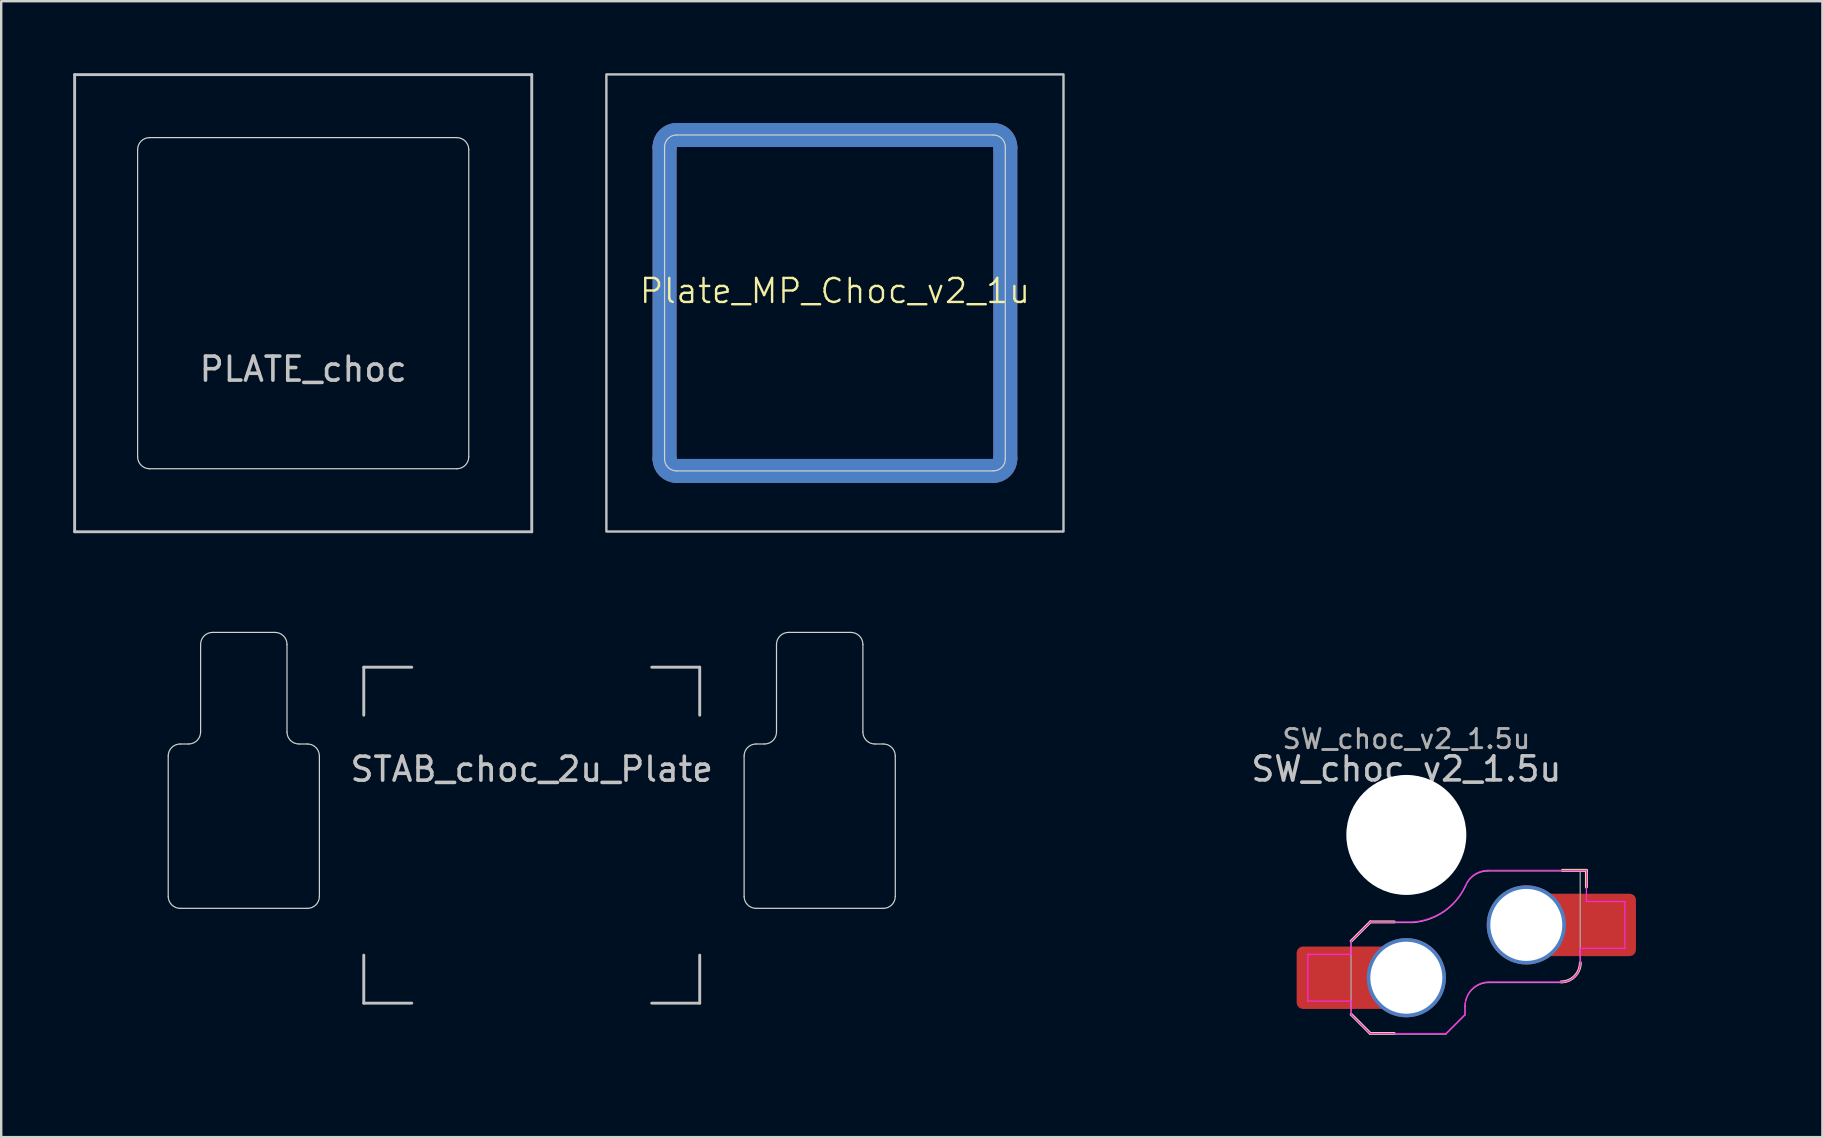
<source format=kicad_pcb>
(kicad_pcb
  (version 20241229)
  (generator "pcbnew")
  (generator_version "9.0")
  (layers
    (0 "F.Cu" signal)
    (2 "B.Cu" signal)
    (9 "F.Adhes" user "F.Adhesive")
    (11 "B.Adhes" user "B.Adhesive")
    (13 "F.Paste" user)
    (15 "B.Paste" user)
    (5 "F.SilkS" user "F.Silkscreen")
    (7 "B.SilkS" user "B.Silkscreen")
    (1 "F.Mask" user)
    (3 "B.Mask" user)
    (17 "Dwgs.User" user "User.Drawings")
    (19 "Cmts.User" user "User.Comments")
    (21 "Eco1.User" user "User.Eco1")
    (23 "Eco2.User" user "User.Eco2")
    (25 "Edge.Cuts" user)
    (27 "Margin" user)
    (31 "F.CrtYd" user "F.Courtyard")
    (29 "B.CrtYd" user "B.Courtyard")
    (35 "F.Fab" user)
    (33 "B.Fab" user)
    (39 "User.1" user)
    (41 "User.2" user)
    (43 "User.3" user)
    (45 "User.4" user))
  (footprint "SW_choc_v2_1.5u"
    (layer "F.Cu")
    (at 55.557 31.745)
    (property "Reference" "SW_choc_v2_1.5u" (at 0 -2.75 180) (layer "Dwgs.User") (effects (font (size 1 1) (thickness 0.15))))
    (attr smd)
    (fp_line (start -2.3 7.475) (end -1.5 8.275) (stroke (width 0.12) (type solid)) (layer "F.SilkS"))
    (fp_line (start -1.5 3.625) (end -2.3 4.425) (stroke (width 0.12) (type solid)) (layer "F.SilkS"))
    (fp_line (start -1.5 3.625) (end -0.5 3.625) (stroke (width 0.12) (type solid)) (layer "F.SilkS"))
    (fp_line (start -1.5 8.275) (end -0.5 8.275) (stroke (width 0.12) (type solid)) (layer "F.SilkS"))
    (fp_line (start 7.504 1.475) (end 6.504 1.475) (stroke (width 0.12) (type solid)) (layer "F.SilkS"))
    (fp_line (start 7.504 1.475) (end 7.504 2.175) (stroke (width 0.12) (type solid)) (layer "F.SilkS"))
    (fp_arc (start 7.25 5.325) (mid 7.015685 5.890685) (end 6.45 6.125) (stroke (width 0.12) (type solid)) (layer "F.SilkS"))
    (fp_rect (start -14.287 -9.525) (end 14.287 9.525) (stroke (width 0.1) (type default)) (fill no) (layer "Eco1.User"))
    (fp_line (start -4.104 4.975) (end -4.104 6.925) (stroke (width 0.05) (type solid)) (layer "F.CrtYd"))
    (fp_line (start -4.104 4.975) (end -2.3 4.975) (stroke (width 0.05) (type solid)) (layer "F.CrtYd"))
    (fp_line (start -4.104 6.925) (end -2.3 6.925) (stroke (width 0.05) (type solid)) (layer "F.CrtYd"))
    (fp_line (start -2.3 4.975) (end -2.3 4.425) (stroke (width 0.05) (type solid)) (layer "F.CrtYd"))
    (fp_line (start -2.3 7.475) (end -2.3 6.925) (stroke (width 0.05) (type solid)) (layer "F.CrtYd"))
    (fp_line (start -2.3 7.475) (end -1.5 8.275) (stroke (width 0.05) (type solid)) (layer "F.CrtYd"))
    (fp_line (start -1.5 3.625) (end -2.3 4.425) (stroke (width 0.05) (type solid)) (layer "F.CrtYd"))
    (fp_line (start -1.5 3.625) (end 0.3 3.625) (stroke (width 0.05) (type solid)) (layer "F.CrtYd"))
    (fp_line (start -1.5 8.275) (end 1.65 8.275) (stroke (width 0.05) (type solid)) (layer "F.CrtYd"))
    (fp_line (start 2.45 7.475) (end 1.65 8.275) (stroke (width 0.05) (type solid)) (layer "F.CrtYd"))
    (fp_line (start 2.45 7.475) (end 2.45 7.125) (stroke (width 0.05) (type solid)) (layer "F.CrtYd"))
    (fp_line (start 3.45 6.125) (end 6.45 6.125) (stroke (width 0.05) (type solid)) (layer "F.CrtYd"))
    (fp_line (start 7.25 4.725) (end 9.104 4.725) (stroke (width 0.05) (type solid)) (layer "F.CrtYd"))
    (fp_line (start 7.25 5.325) (end 7.25 4.725) (stroke (width 0.05) (type solid)) (layer "F.CrtYd"))
    (fp_line (start 7.504 1.475) (end 3.4 1.475) (stroke (width 0.05) (type solid)) (layer "F.CrtYd"))
    (fp_line (start 7.504 1.475) (end 7.504 2.175) (stroke (width 0.05) (type solid)) (layer "F.CrtYd"))
    (fp_line (start 7.504 2.175) (end 7.504 2.775) (stroke (width 0.05) (type solid)) (layer "F.CrtYd"))
    (fp_line (start 9.104 2.775) (end 7.504 2.775) (stroke (width 0.05) (type solid)) (layer "F.CrtYd"))
    (fp_line (start 9.104 4.725) (end 9.104 2.775) (stroke (width 0.05) (type solid)) (layer "F.CrtYd"))
    (fp_arc (start 2.45 7.125) (mid 2.742893 6.417893) (end 3.45 6.125) (stroke (width 0.05) (type solid)) (layer "F.CrtYd"))
    (fp_arc (start 2.455444 2.13293) (mid 1.577272 3.167235) (end 0.299999 3.624999) (stroke (width 0.05) (type solid)) (layer "F.CrtYd"))
    (fp_arc (start 2.460307 2.13298) (mid 2.826423 1.655848) (end 3.4 1.475) (stroke (width 0.05) (type solid)) (layer "F.CrtYd"))
    (fp_arc (start 7.25 5.325) (mid 7.015685 5.890685) (end 6.45 6.125) (stroke (width 0.05) (type solid)) (layer "F.CrtYd"))
    (fp_line (start -2.304 7.5) (end -2.304 4.45) (stroke (width 0.05) (type solid)) (layer "F.Fab"))
    (fp_line (start -2.304 7.5) (end -1.504 8.3) (stroke (width 0.05) (type solid)) (layer "F.Fab"))
    (fp_line (start -1.504 3.65) (end -2.304 4.45) (stroke (width 0.05) (type solid)) (layer "F.Fab"))
    (fp_line (start -1.504 3.65) (end 0.296 3.65) (stroke (width 0.05) (type solid)) (layer "F.Fab"))
    (fp_line (start -1.504 8.3) (end 1.646 8.3) (stroke (width 0.05) (type solid)) (layer "F.Fab"))
    (fp_line (start 2.446 7.5) (end 1.646 8.3) (stroke (width 0.05) (type solid)) (layer "F.Fab"))
    (fp_line (start 2.446 7.5) (end 2.446 7.15) (stroke (width 0.05) (type solid)) (layer "F.Fab"))
    (fp_line (start 3.446 6.15) (end 6.446 6.15) (stroke (width 0.05) (type solid)) (layer "F.Fab"))
    (fp_line (start 7.246 1.5) (end 3.396 1.5) (stroke (width 0.05) (type solid)) (layer "F.Fab"))
    (fp_line (start 7.246 5.35) (end 7.246 1.5) (stroke (width 0.05) (type solid)) (layer "F.Fab"))
    (fp_arc (start 2.446 7.15) (mid 2.738893 6.442893) (end 3.446 6.15) (stroke (width 0.05) (type solid)) (layer "F.Fab"))
    (fp_arc (start 2.451444 2.15793) (mid 1.573272 3.192235) (end 0.295999 3.649999) (stroke (width 0.05) (type solid)) (layer "F.Fab"))
    (fp_arc (start 2.456307 2.15798) (mid 2.822423 1.680848) (end 3.396 1.5) (stroke (width 0.05) (type solid)) (layer "F.Fab"))
    (fp_arc (start 7.246 5.35) (mid 7.011685 5.915685) (end 6.446 6.15) (stroke (width 0.05) (type solid)) (layer "F.Fab"))
    (fp_text user "${REFERENCE}" (at 0 -4 0) (layer "F.Fab") (effects (font (size 0.8 0.8) (thickness 0.12))))
    (pad "" np_thru_hole circle (at 0 0 180) (size 5 5) (drill 5) (layers "*.Cu" "*.Mask"))
    (pad "1" thru_hole circle (at 5 3.75) (size 3.3 3.3) (drill 3) (layers "*.Cu" "F.Mask"))
    (pad "1" smd rect (at 6.55 3.75) (size 1.2 2.6) (layers "F.Cu"))
    (pad "1" smd roundrect (at 8.245 3.75) (size 2.65 2.6) (layers "F.Cu" "F.Mask" "F.Paste") (roundrect_rratio 0.1))
    (pad "2" smd roundrect (at -3.245 5.95) (size 2.65 2.6) (layers "F.Cu" "F.Mask" "F.Paste") (roundrect_rratio 0.1))
    (pad "2" smd rect (at -1.55 5.95 180) (size 1.2 2.6) (layers "F.Cu"))
    (pad "2" thru_hole circle (at 0 5.95) (size 3.3 3.3) (drill 3) (layers "*.Cu" "F.Mask")))
  (footprint "PLATE_choc"
    (layer "F.Cu")
    (at 9.585 9.585)
    (property "Reference" "PLATE_choc" (at 0 2.75 0) (layer "Dwgs.User") (effects (font (size 1 1) (thickness 0.15))))
    (attr exclude_from_pos_files exclude_from_bom)
    (fp_line (start -9.525 -9.525) (end 9.525 -9.525) (stroke (width 0.12) (type solid)) (layer "Dwgs.User"))
    (fp_line (start -9.525 9.525) (end -9.525 -9.525) (stroke (width 0.12) (type solid)) (layer "Dwgs.User"))
    (fp_line (start 9.525 -9.525) (end 9.525 9.525) (stroke (width 0.12) (type solid)) (layer "Dwgs.User"))
    (fp_line (start 9.525 9.525) (end -9.525 9.525) (stroke (width 0.12) (type solid)) (layer "Dwgs.User"))
    (fp_line (start -6.9 -6.4) (end -6.9 6.4) (stroke (width 0.05) (type solid)) (layer "Edge.Cuts"))
    (fp_line (start 6.4 -6.9) (end -6.4 -6.9) (stroke (width 0.05) (type solid)) (layer "Edge.Cuts"))
    (fp_line (start 6.4 6.9) (end -6.4 6.9) (stroke (width 0.05) (type solid)) (layer "Edge.Cuts"))
    (fp_line (start 6.9 6.4) (end 6.9 -6.4) (stroke (width 0.05) (type solid)) (layer "Edge.Cuts"))
    (fp_arc (start -6.9 -6.4) (mid -6.753553 -6.753553) (end -6.4 -6.9) (stroke (width 0.05) (type solid)) (layer "Edge.Cuts"))
    (fp_arc (start -6.4 6.9) (mid -6.753553 6.753553) (end -6.9 6.4) (stroke (width 0.05) (type solid)) (layer "Edge.Cuts"))
    (fp_arc (start 6.4 -6.9) (mid 6.753553 -6.753553) (end 6.9 -6.4) (stroke (width 0.05) (type solid)) (layer "Edge.Cuts"))
    (fp_arc (start 6.9 6.4) (mid 6.753553 6.753553) (end 6.4 6.9) (stroke (width 0.05) (type solid)) (layer "Edge.Cuts")))
  (footprint "Plate_MP_Choc_v2_1u"
    (layer "F.Cu")
    (at 31.745 9.575)
    (property "Reference" "Plate_MP_Choc_v2_1u" (at 0 -0.5 0) (unlocked yes) (layer "F.SilkS") (effects (font (size 1 1) (thickness 0.1))))
    (attr exclude_from_pos_files exclude_from_bom allow_missing_courtyard)
    (fp_line (start -7.1 -6.5) (end -7.1 6.5) (stroke (width 1) (type solid)) (layer "F.Cu"))
    (fp_line (start -6.6 7) (end 6.6 7) (stroke (width 1) (type solid)) (layer "F.Cu"))
    (fp_line (start 6.6 -7) (end -6.6 -7) (stroke (width 1) (type solid)) (layer "F.Cu"))
    (fp_line (start 7.1 6.5) (end 7.1 -6.5) (stroke (width 1) (type solid)) (layer "F.Cu"))
    (fp_arc (start -7.1 -6.5) (mid -6.953554 -6.853554) (end -6.6 -7) (stroke (width 1) (type solid)) (layer "F.Cu"))
    (fp_arc (start -6.6 7) (mid -6.953553 6.853553) (end -7.1 6.5) (stroke (width 1) (type solid)) (layer "F.Cu"))
    (fp_arc (start 6.6 -7) (mid 6.953553 -6.853553) (end 7.1 -6.5) (stroke (width 1) (type solid)) (layer "F.Cu"))
    (fp_arc (start 7.1 6.5) (mid 6.953553 6.853553) (end 6.6 7) (stroke (width 1) (type solid)) (layer "F.Cu"))
    (fp_line (start -7.1 -6.5) (end -7.1 6.5) (stroke (width 1.1) (type solid)) (layer "F.Mask"))
    (fp_line (start -6.6 7) (end 6.6 7) (stroke (width 1.1) (type solid)) (layer "F.Mask"))
    (fp_line (start 6.6 -7) (end -6.6 -7) (stroke (width 1.1) (type solid)) (layer "F.Mask"))
    (fp_line (start 7.1 6.5) (end 7.1 -6.5) (stroke (width 1.1) (type solid)) (layer "F.Mask"))
    (fp_arc (start -7.1 -6.5) (mid -6.953553 -6.853553) (end -6.6 -7) (stroke (width 1.1) (type solid)) (layer "F.Mask"))
    (fp_arc (start -6.6 7) (mid -6.953553 6.853553) (end -7.1 6.5) (stroke (width 1.1) (type solid)) (layer "F.Mask"))
    (fp_arc (start 6.6 -7) (mid 6.953553 -6.853553) (end 7.1 -6.5) (stroke (width 1.1) (type solid)) (layer "F.Mask"))
    (fp_arc (start 7.1 6.5) (mid 6.953553 6.853553) (end 6.6 7) (stroke (width 1.1) (type solid)) (layer "F.Mask"))
    (fp_line (start -7.1 6.5) (end -7.1 -6.5) (stroke (width 1) (type solid)) (layer "B.Cu"))
    (fp_line (start -6.6 -7) (end 6.6 -7) (stroke (width 1) (type solid)) (layer "B.Cu"))
    (fp_line (start 6.6 7) (end -6.6 7) (stroke (width 1) (type solid)) (layer "B.Cu"))
    (fp_line (start 7.1 -6.5) (end 7.1 6.5) (stroke (width 1) (type solid)) (layer "B.Cu"))
    (fp_arc (start -7.1 -6.5) (mid -6.953553 -6.853553) (end -6.6 -7) (stroke (width 1) (type solid)) (layer "B.Cu"))
    (fp_arc (start -6.6 7) (mid -6.953553 6.853553) (end -7.1 6.5) (stroke (width 1) (type solid)) (layer "B.Cu"))
    (fp_arc (start 6.6 -7) (mid 6.953553 -6.853553) (end 7.1 -6.5) (stroke (width 1) (type solid)) (layer "B.Cu"))
    (fp_arc (start 7.1 6.5) (mid 6.953553 6.853553) (end 6.6 7) (stroke (width 1) (type solid)) (layer "B.Cu"))
    (fp_line (start -7.1 6.5) (end -7.1 -6.5) (stroke (width 1.1) (type solid)) (layer "B.Mask"))
    (fp_line (start -6.6 -7) (end 6.6 -7) (stroke (width 1.1) (type solid)) (layer "B.Mask"))
    (fp_line (start 6.6 7) (end -6.6 7) (stroke (width 1.1) (type solid)) (layer "B.Mask"))
    (fp_line (start 7.1 -6.5) (end 7.1 6.5) (stroke (width 1.1) (type solid)) (layer "B.Mask"))
    (fp_arc (start -7.1 -6.5) (mid -6.953553 -6.853553) (end -6.6 -7) (stroke (width 1.1) (type solid)) (layer "B.Mask"))
    (fp_arc (start -6.6 7) (mid -6.953553 6.853553) (end -7.1 6.5) (stroke (width 1.1) (type solid)) (layer "B.Mask"))
    (fp_arc (start 6.6 -7) (mid 6.953553 -6.853553) (end 7.1 -6.5) (stroke (width 1.1) (type solid)) (layer "B.Mask"))
    (fp_arc (start 7.1 6.5) (mid 6.953553 6.853553) (end 6.6 7) (stroke (width 1.1) (type solid)) (layer "B.Mask"))
    (fp_rect (start -9.525 -9.525) (end 9.525 9.525) (stroke (width 0.1) (type solid)) (fill no) (layer "Dwgs.User"))
    (fp_line (start -7.1 -6.5) (end -7.1 6.5) (stroke (width 0.05) (type solid)) (layer "Edge.Cuts"))
    (fp_line (start -6.6 7) (end 6.6 7) (stroke (width 0.05) (type solid)) (layer "Edge.Cuts"))
    (fp_line (start 6.6 -7) (end -6.6 -7) (stroke (width 0.05) (type solid)) (layer "Edge.Cuts"))
    (fp_line (start 7.1 6.5) (end 7.1 -6.5) (stroke (width 0.05) (type solid)) (layer "Edge.Cuts"))
    (fp_arc (start -7.1 -6.5) (mid -6.953553 -6.853553) (end -6.6 -7) (stroke (width 0.05) (type solid)) (layer "Edge.Cuts"))
    (fp_arc (start -6.6 7) (mid -6.953553 6.853553) (end -7.1 6.5) (stroke (width 0.05) (type solid)) (layer "Edge.Cuts"))
    (fp_arc (start 6.6 -7) (mid 6.953553 -6.853553) (end 7.1 -6.5) (stroke (width 0.05) (type solid)) (layer "Edge.Cuts"))
    (fp_arc (start 7.1 6.5) (mid 6.953553 6.853553) (end 6.6 7) (stroke (width 0.05) (type solid)) (layer "Edge.Cuts")))
  (footprint "STAB_choc_2u_Plate"
    (layer "F.Cu")
    (at 19.11 31.755)
    (property "Reference" "STAB_choc_2u_Plate" (at 0 -2.75 180) (layer "Dwgs.User") (effects (font (size 1 1) (thickness 0.15))))
    (attr exclude_from_pos_files exclude_from_bom)
    (fp_line (start -7 -7) (end -7 -5) (stroke (width 0.12) (type solid)) (layer "Dwgs.User"))
    (fp_line (start -7 -7) (end -5 -7) (stroke (width 0.12) (type solid)) (layer "Dwgs.User"))
    (fp_line (start -7 7) (end -7 5) (stroke (width 0.12) (type solid)) (layer "Dwgs.User"))
    (fp_line (start -7 7) (end -5 7) (stroke (width 0.12) (type solid)) (layer "Dwgs.User"))
    (fp_line (start 7 -7) (end 5 -7) (stroke (width 0.12) (type solid)) (layer "Dwgs.User"))
    (fp_line (start 7 -7) (end 7 -5) (stroke (width 0.12) (type solid)) (layer "Dwgs.User"))
    (fp_line (start 7 5) (end 7 7) (stroke (width 0.12) (type solid)) (layer "Dwgs.User"))
    (fp_line (start 7 7) (end 5 7) (stroke (width 0.12) (type solid)) (layer "Dwgs.User"))
    (fp_line (start -19.05 -9.525) (end -19.05 9.525) (stroke (width 0.12) (type solid)) (layer "Eco1.User"))
    (fp_line (start -19.05 9.525) (end 19.05 9.525) (stroke (width 0.12) (type solid)) (layer "Eco1.User"))
    (fp_line (start 19.05 -9.525) (end -19.05 -9.525) (stroke (width 0.12) (type solid)) (layer "Eco1.User"))
    (fp_line (start 19.05 9.525) (end 19.05 -9.525) (stroke (width 0.12) (type solid)) (layer "Eco1.User"))
    (fp_line (start -15.15 2.55) (end -15.15 -3.3) (stroke (width 0.05) (type solid)) (layer "Edge.Cuts"))
    (fp_line (start -14.65 -3.8) (end -14.3 -3.8) (stroke (width 0.05) (type solid)) (layer "Edge.Cuts"))
    (fp_line (start -14.65 3.05) (end -9.35 3.05) (stroke (width 0.05) (type solid)) (layer "Edge.Cuts"))
    (fp_line (start -13.8 -4.3) (end -13.8 -7.95) (stroke (width 0.05) (type solid)) (layer "Edge.Cuts"))
    (fp_line (start -13.3 -8.45) (end -10.7 -8.45) (stroke (width 0.05) (type solid)) (layer "Edge.Cuts"))
    (fp_line (start -10.2 -4.3) (end -10.2 -7.95) (stroke (width 0.05) (type solid)) (layer "Edge.Cuts"))
    (fp_line (start -9.35 -3.8) (end -9.7 -3.8) (stroke (width 0.05) (type solid)) (layer "Edge.Cuts"))
    (fp_line (start -8.85 2.55) (end -8.85 -3.3) (stroke (width 0.05) (type solid)) (layer "Edge.Cuts"))
    (fp_line (start 8.85 2.55) (end 8.85 -3.3) (stroke (width 0.05) (type solid)) (layer "Edge.Cuts"))
    (fp_line (start 9.35 -3.8) (end 9.7 -3.8) (stroke (width 0.05) (type solid)) (layer "Edge.Cuts"))
    (fp_line (start 10.2 -4.3) (end 10.2 -7.95) (stroke (width 0.05) (type solid)) (layer "Edge.Cuts"))
    (fp_line (start 13.3 -8.45) (end 10.7 -8.45) (stroke (width 0.05) (type solid)) (layer "Edge.Cuts"))
    (fp_line (start 13.8 -4.3) (end 13.8 -7.95) (stroke (width 0.05) (type solid)) (layer "Edge.Cuts"))
    (fp_line (start 14.65 -3.8) (end 14.3 -3.8) (stroke (width 0.05) (type solid)) (layer "Edge.Cuts"))
    (fp_line (start 14.65 3.05) (end 9.35 3.05) (stroke (width 0.05) (type solid)) (layer "Edge.Cuts"))
    (fp_line (start 15.15 2.55) (end 15.15 -3.3) (stroke (width 0.05) (type solid)) (layer "Edge.Cuts"))
    (fp_arc (start -15.15 -3.3) (mid -15.003553 -3.653553) (end -14.65 -3.8) (stroke (width 0.05) (type solid)) (layer "Edge.Cuts"))
    (fp_arc (start -14.65 3.05) (mid -15.003553 2.903553) (end -15.15 2.55) (stroke (width 0.05) (type solid)) (layer "Edge.Cuts"))
    (fp_arc (start -13.8 -7.95) (mid -13.653553 -8.303553) (end -13.3 -8.45) (stroke (width 0.05) (type solid)) (layer "Edge.Cuts"))
    (fp_arc (start -13.8 -4.3) (mid -13.946447 -3.946447) (end -14.3 -3.8) (stroke (width 0.05) (type solid)) (layer "Edge.Cuts"))
    (fp_arc (start -10.7 -8.45) (mid -10.346447 -8.303553) (end -10.2 -7.95) (stroke (width 0.05) (type solid)) (layer "Edge.Cuts"))
    (fp_arc (start -9.7 -3.8) (mid -10.053553 -3.946447) (end -10.2 -4.3) (stroke (width 0.05) (type solid)) (layer "Edge.Cuts"))
    (fp_arc (start -9.35 -3.8) (mid -8.996447 -3.653553) (end -8.85 -3.3) (stroke (width 0.05) (type solid)) (layer "Edge.Cuts"))
    (fp_arc (start -8.85 2.55) (mid -8.996447 2.903553) (end -9.35 3.05) (stroke (width 0.05) (type solid)) (layer "Edge.Cuts"))
    (fp_arc (start 8.85 -3.3) (mid 8.996447 -3.653553) (end 9.35 -3.8) (stroke (width 0.05) (type solid)) (layer "Edge.Cuts"))
    (fp_arc (start 9.35 3.05) (mid 8.996447 2.903553) (end 8.85 2.55) (stroke (width 0.05) (type solid)) (layer "Edge.Cuts"))
    (fp_arc (start 10.2 -7.95) (mid 10.346447 -8.303553) (end 10.7 -8.45) (stroke (width 0.05) (type solid)) (layer "Edge.Cuts"))
    (fp_arc (start 10.2 -4.3) (mid 10.053553 -3.946447) (end 9.7 -3.8) (stroke (width 0.05) (type solid)) (layer "Edge.Cuts"))
    (fp_arc (start 13.3 -8.45) (mid 13.653553 -8.303553) (end 13.8 -7.95) (stroke (width 0.05) (type solid)) (layer "Edge.Cuts"))
    (fp_arc (start 14.3 -3.8) (mid 13.946447 -3.946447) (end 13.8 -4.3) (stroke (width 0.05) (type solid)) (layer "Edge.Cuts"))
    (fp_arc (start 14.65 -3.8) (mid 15.003553 -3.653553) (end 15.15 -3.3) (stroke (width 0.05) (type solid)) (layer "Edge.Cuts"))
    (fp_arc (start 15.15 2.55) (mid 15.003553 2.903553) (end 14.65 3.05) (stroke (width 0.05) (type solid)) (layer "Edge.Cuts")))
  (gr_rect
    (start -3 -3)
    (end 72.895 44.34)
    (stroke (width 0.1) (type default))
    (fill no)
    (layer "Edge.Cuts")))
</source>
